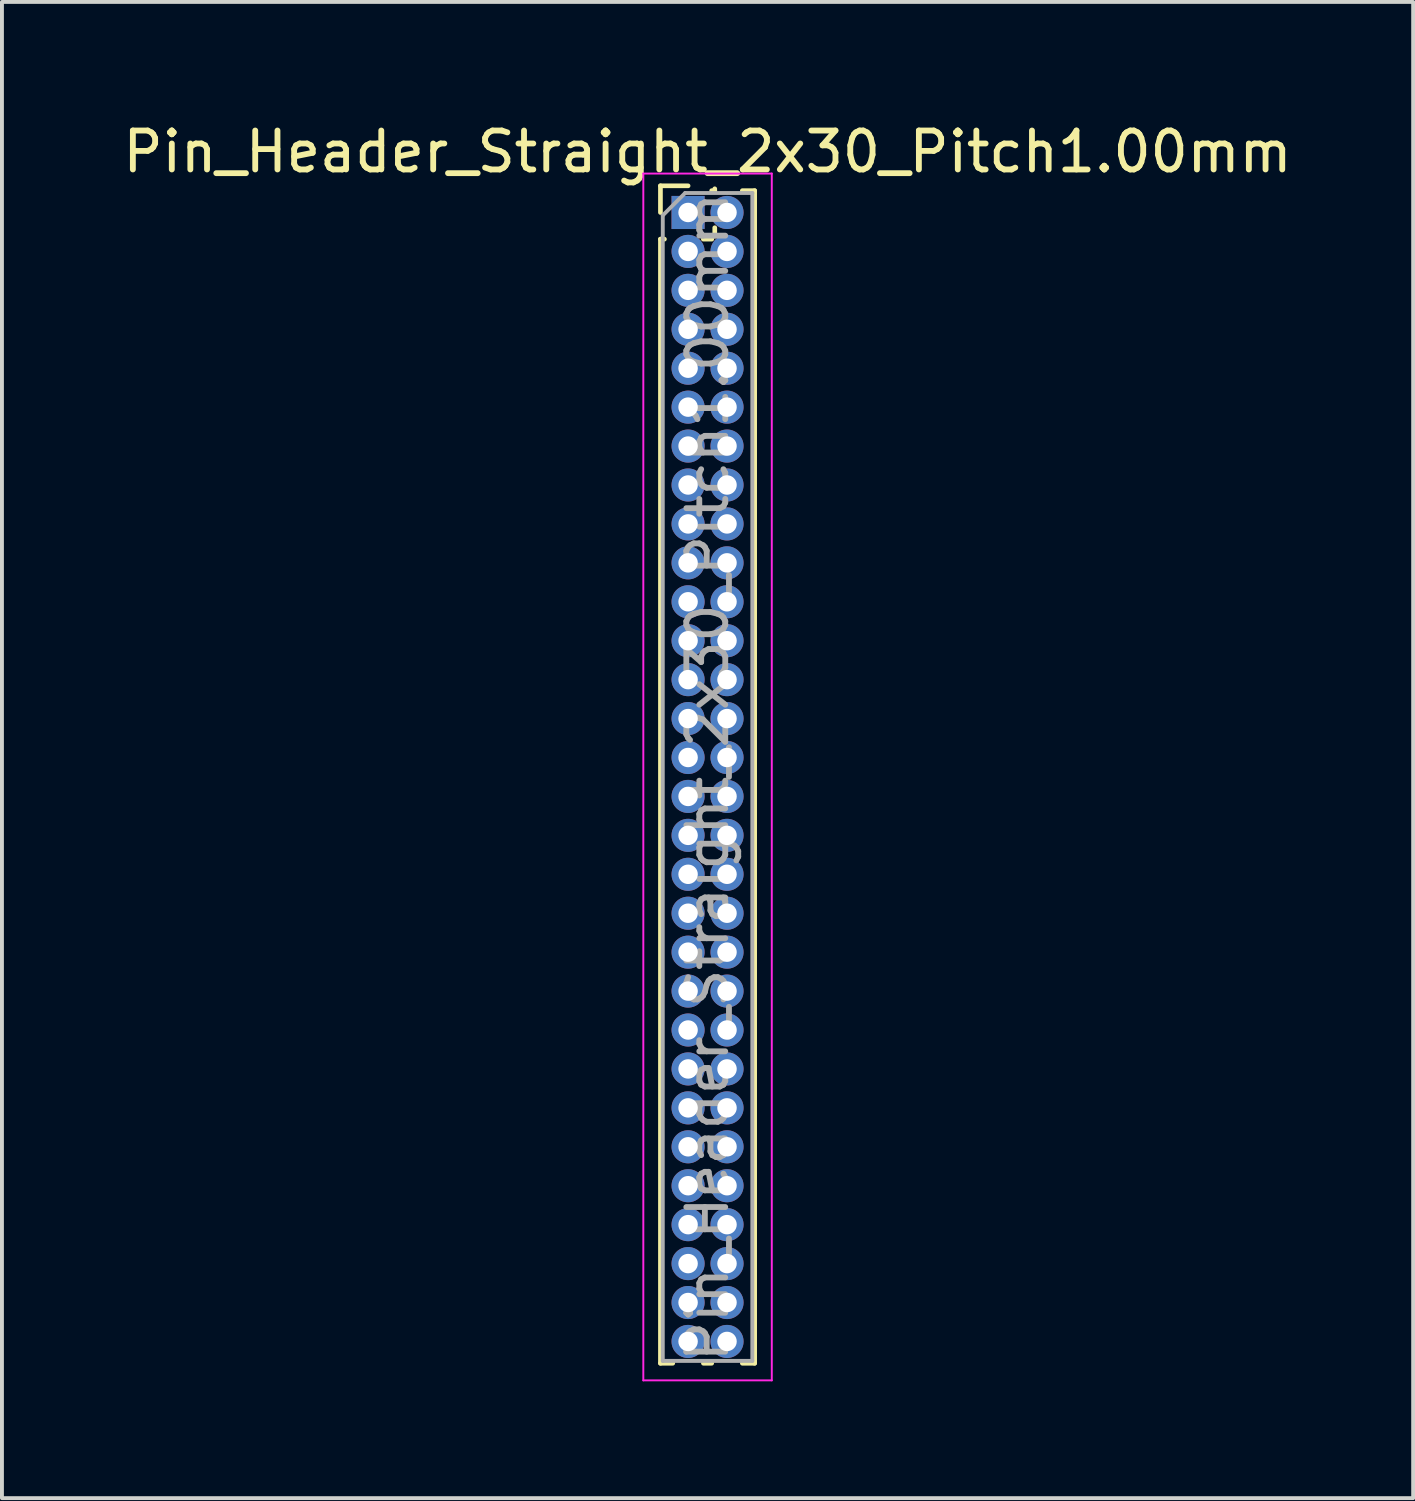
<source format=kicad_pcb>
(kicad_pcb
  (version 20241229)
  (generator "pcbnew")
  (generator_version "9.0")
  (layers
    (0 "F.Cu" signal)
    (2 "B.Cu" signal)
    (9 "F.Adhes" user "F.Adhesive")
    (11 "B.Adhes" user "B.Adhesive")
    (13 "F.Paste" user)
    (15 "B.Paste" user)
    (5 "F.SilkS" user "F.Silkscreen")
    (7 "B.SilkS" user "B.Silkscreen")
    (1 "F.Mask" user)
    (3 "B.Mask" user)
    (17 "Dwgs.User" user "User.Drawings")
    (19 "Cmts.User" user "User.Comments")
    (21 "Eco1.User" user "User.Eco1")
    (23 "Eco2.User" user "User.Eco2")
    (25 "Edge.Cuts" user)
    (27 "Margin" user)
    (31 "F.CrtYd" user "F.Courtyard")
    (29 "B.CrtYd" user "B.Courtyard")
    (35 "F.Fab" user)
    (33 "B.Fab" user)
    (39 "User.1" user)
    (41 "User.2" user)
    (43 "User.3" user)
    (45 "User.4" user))
  (footprint "Pin_Header_Straight_2x30_Pitch1.00mm"
    (layer "F.Cu")
    (at 14.625 2.408)
    (property "Reference" "Pin_Header_Straight_2x30_Pitch1.00mm" (at 0.5 -1.56 0) (layer "F.SilkS") (effects (font (size 1 1) (thickness 0.15))))
    (attr through_hole)
    (fp_line (start -0.71 -0.685) (end 0 -0.685) (stroke (width 0.12) (type solid)) (layer "F.SilkS"))
    (fp_line (start -0.71 0) (end -0.71 -0.685) (stroke (width 0.12) (type solid)) (layer "F.SilkS"))
    (fp_line (start -0.71 0.685) (end -0.71 29.56) (stroke (width 0.12) (type solid)) (layer "F.SilkS"))
    (fp_line (start -0.71 0.685) (end -0.608 0.685) (stroke (width 0.12) (type solid)) (layer "F.SilkS"))
    (fp_line (start -0.71 29.56) (end -0.394 29.56) (stroke (width 0.12) (type solid)) (layer "F.SilkS"))
    (fp_line (start 0.394 29.56) (end 0.606 29.56) (stroke (width 0.12) (type solid)) (layer "F.SilkS"))
    (fp_line (start 0.608 0.685) (end 0.392 0.685) (stroke (width 0.12) (type solid)) (layer "F.SilkS"))
    (fp_line (start 0.685 -0.608) (end 0.685 -0.56) (stroke (width 0.12) (type solid)) (layer "F.SilkS"))
    (fp_line (start 0.685 -0.56) (end 0.606 -0.56) (stroke (width 0.12) (type solid)) (layer "F.SilkS"))
    (fp_line (start 0.685 0.392) (end 0.685 0.608) (stroke (width 0.12) (type solid)) (layer "F.SilkS"))
    (fp_line (start 1.394 -0.56) (end 1.71 -0.56) (stroke (width 0.12) (type solid)) (layer "F.SilkS"))
    (fp_line (start 1.394 29.56) (end 1.71 29.56) (stroke (width 0.12) (type solid)) (layer "F.SilkS"))
    (fp_line (start 1.71 -0.56) (end 1.71 29.56) (stroke (width 0.12) (type solid)) (layer "F.SilkS"))
    (fp_line (start -1.15 -1) (end -1.15 30) (stroke (width 0.05) (type solid)) (layer "F.CrtYd"))
    (fp_line (start -1.15 30) (end 2.15 30) (stroke (width 0.05) (type solid)) (layer "F.CrtYd"))
    (fp_line (start 2.15 -1) (end -1.15 -1) (stroke (width 0.05) (type solid)) (layer "F.CrtYd"))
    (fp_line (start 2.15 30) (end 2.15 -1) (stroke (width 0.05) (type solid)) (layer "F.CrtYd"))
    (fp_line (start -0.65 0.075) (end -0.075 -0.5) (stroke (width 0.1) (type solid)) (layer "F.Fab"))
    (fp_line (start -0.65 29.5) (end -0.65 0.075) (stroke (width 0.1) (type solid)) (layer "F.Fab"))
    (fp_line (start -0.075 -0.5) (end 1.65 -0.5) (stroke (width 0.1) (type solid)) (layer "F.Fab"))
    (fp_line (start 1.65 -0.5) (end 1.65 29.5) (stroke (width 0.1) (type solid)) (layer "F.Fab"))
    (fp_line (start 1.65 29.5) (end -0.65 29.5) (stroke (width 0.1) (type solid)) (layer "F.Fab"))
    (fp_text user "${REFERENCE}" (at 0.5 14.5 90) (layer "F.Fab") (effects (font (size 1 1) (thickness 0.15))))
    (pad "1" thru_hole rect (at 0 0) (size 0.85 0.85) (drill 0.5) (layers "*.Cu" "*.Mask"))
    (pad "2" thru_hole oval (at 1 0) (size 0.85 0.85) (drill 0.5) (layers "*.Cu" "*.Mask"))
    (pad "3" thru_hole oval (at 0 1) (size 0.85 0.85) (drill 0.5) (layers "*.Cu" "*.Mask"))
    (pad "4" thru_hole oval (at 1 1) (size 0.85 0.85) (drill 0.5) (layers "*.Cu" "*.Mask"))
    (pad "5" thru_hole oval (at 0 2) (size 0.85 0.85) (drill 0.5) (layers "*.Cu" "*.Mask"))
    (pad "6" thru_hole oval (at 1 2) (size 0.85 0.85) (drill 0.5) (layers "*.Cu" "*.Mask"))
    (pad "7" thru_hole oval (at 0 3) (size 0.85 0.85) (drill 0.5) (layers "*.Cu" "*.Mask"))
    (pad "8" thru_hole oval (at 1 3) (size 0.85 0.85) (drill 0.5) (layers "*.Cu" "*.Mask"))
    (pad "9" thru_hole oval (at 0 4) (size 0.85 0.85) (drill 0.5) (layers "*.Cu" "*.Mask"))
    (pad "10" thru_hole oval (at 1 4) (size 0.85 0.85) (drill 0.5) (layers "*.Cu" "*.Mask"))
    (pad "11" thru_hole oval (at 0 5) (size 0.85 0.85) (drill 0.5) (layers "*.Cu" "*.Mask"))
    (pad "12" thru_hole oval (at 1 5) (size 0.85 0.85) (drill 0.5) (layers "*.Cu" "*.Mask"))
    (pad "13" thru_hole oval (at 0 6) (size 0.85 0.85) (drill 0.5) (layers "*.Cu" "*.Mask"))
    (pad "14" thru_hole oval (at 1 6) (size 0.85 0.85) (drill 0.5) (layers "*.Cu" "*.Mask"))
    (pad "15" thru_hole oval (at 0 7) (size 0.85 0.85) (drill 0.5) (layers "*.Cu" "*.Mask"))
    (pad "16" thru_hole oval (at 1 7) (size 0.85 0.85) (drill 0.5) (layers "*.Cu" "*.Mask"))
    (pad "17" thru_hole oval (at 0 8) (size 0.85 0.85) (drill 0.5) (layers "*.Cu" "*.Mask"))
    (pad "18" thru_hole oval (at 1 8) (size 0.85 0.85) (drill 0.5) (layers "*.Cu" "*.Mask"))
    (pad "19" thru_hole oval (at 0 9) (size 0.85 0.85) (drill 0.5) (layers "*.Cu" "*.Mask"))
    (pad "20" thru_hole oval (at 1 9) (size 0.85 0.85) (drill 0.5) (layers "*.Cu" "*.Mask"))
    (pad "21" thru_hole oval (at 0 10) (size 0.85 0.85) (drill 0.5) (layers "*.Cu" "*.Mask"))
    (pad "22" thru_hole oval (at 1 10) (size 0.85 0.85) (drill 0.5) (layers "*.Cu" "*.Mask"))
    (pad "23" thru_hole oval (at 0 11) (size 0.85 0.85) (drill 0.5) (layers "*.Cu" "*.Mask"))
    (pad "24" thru_hole oval (at 1 11) (size 0.85 0.85) (drill 0.5) (layers "*.Cu" "*.Mask"))
    (pad "25" thru_hole oval (at 0 12) (size 0.85 0.85) (drill 0.5) (layers "*.Cu" "*.Mask"))
    (pad "26" thru_hole oval (at 1 12) (size 0.85 0.85) (drill 0.5) (layers "*.Cu" "*.Mask"))
    (pad "27" thru_hole oval (at 0 13) (size 0.85 0.85) (drill 0.5) (layers "*.Cu" "*.Mask"))
    (pad "28" thru_hole oval (at 1 13) (size 0.85 0.85) (drill 0.5) (layers "*.Cu" "*.Mask"))
    (pad "29" thru_hole oval (at 0 14) (size 0.85 0.85) (drill 0.5) (layers "*.Cu" "*.Mask"))
    (pad "30" thru_hole oval (at 1 14) (size 0.85 0.85) (drill 0.5) (layers "*.Cu" "*.Mask"))
    (pad "31" thru_hole oval (at 0 15) (size 0.85 0.85) (drill 0.5) (layers "*.Cu" "*.Mask"))
    (pad "32" thru_hole oval (at 1 15) (size 0.85 0.85) (drill 0.5) (layers "*.Cu" "*.Mask"))
    (pad "33" thru_hole oval (at 0 16) (size 0.85 0.85) (drill 0.5) (layers "*.Cu" "*.Mask"))
    (pad "34" thru_hole oval (at 1 16) (size 0.85 0.85) (drill 0.5) (layers "*.Cu" "*.Mask"))
    (pad "35" thru_hole oval (at 0 17) (size 0.85 0.85) (drill 0.5) (layers "*.Cu" "*.Mask"))
    (pad "36" thru_hole oval (at 1 17) (size 0.85 0.85) (drill 0.5) (layers "*.Cu" "*.Mask"))
    (pad "37" thru_hole oval (at 0 18) (size 0.85 0.85) (drill 0.5) (layers "*.Cu" "*.Mask"))
    (pad "38" thru_hole oval (at 1 18) (size 0.85 0.85) (drill 0.5) (layers "*.Cu" "*.Mask"))
    (pad "39" thru_hole oval (at 0 19) (size 0.85 0.85) (drill 0.5) (layers "*.Cu" "*.Mask"))
    (pad "40" thru_hole oval (at 1 19) (size 0.85 0.85) (drill 0.5) (layers "*.Cu" "*.Mask"))
    (pad "41" thru_hole oval (at 0 20) (size 0.85 0.85) (drill 0.5) (layers "*.Cu" "*.Mask"))
    (pad "42" thru_hole oval (at 1 20) (size 0.85 0.85) (drill 0.5) (layers "*.Cu" "*.Mask"))
    (pad "43" thru_hole oval (at 0 21) (size 0.85 0.85) (drill 0.5) (layers "*.Cu" "*.Mask"))
    (pad "44" thru_hole oval (at 1 21) (size 0.85 0.85) (drill 0.5) (layers "*.Cu" "*.Mask"))
    (pad "45" thru_hole oval (at 0 22) (size 0.85 0.85) (drill 0.5) (layers "*.Cu" "*.Mask"))
    (pad "46" thru_hole oval (at 1 22) (size 0.85 0.85) (drill 0.5) (layers "*.Cu" "*.Mask"))
    (pad "47" thru_hole oval (at 0 23) (size 0.85 0.85) (drill 0.5) (layers "*.Cu" "*.Mask"))
    (pad "48" thru_hole oval (at 1 23) (size 0.85 0.85) (drill 0.5) (layers "*.Cu" "*.Mask"))
    (pad "49" thru_hole oval (at 0 24) (size 0.85 0.85) (drill 0.5) (layers "*.Cu" "*.Mask"))
    (pad "50" thru_hole oval (at 1 24) (size 0.85 0.85) (drill 0.5) (layers "*.Cu" "*.Mask"))
    (pad "51" thru_hole oval (at 0 25) (size 0.85 0.85) (drill 0.5) (layers "*.Cu" "*.Mask"))
    (pad "52" thru_hole oval (at 1 25) (size 0.85 0.85) (drill 0.5) (layers "*.Cu" "*.Mask"))
    (pad "53" thru_hole oval (at 0 26) (size 0.85 0.85) (drill 0.5) (layers "*.Cu" "*.Mask"))
    (pad "54" thru_hole oval (at 1 26) (size 0.85 0.85) (drill 0.5) (layers "*.Cu" "*.Mask"))
    (pad "55" thru_hole oval (at 0 27) (size 0.85 0.85) (drill 0.5) (layers "*.Cu" "*.Mask"))
    (pad "56" thru_hole oval (at 1 27) (size 0.85 0.85) (drill 0.5) (layers "*.Cu" "*.Mask"))
    (pad "57" thru_hole oval (at 0 28) (size 0.85 0.85) (drill 0.5) (layers "*.Cu" "*.Mask"))
    (pad "58" thru_hole oval (at 1 28) (size 0.85 0.85) (drill 0.5) (layers "*.Cu" "*.Mask"))
    (pad "59" thru_hole oval (at 0 29) (size 0.85 0.85) (drill 0.5) (layers "*.Cu" "*.Mask"))
    (pad "60" thru_hole oval (at 1 29) (size 0.85 0.85) (drill 0.5) (layers "*.Cu" "*.Mask")))
  (gr_rect
    (start -3 -3)
    (end 33.25 35.433)
    (stroke (width 0.1) (type default))
    (fill no)
    (layer "Edge.Cuts")))
</source>
